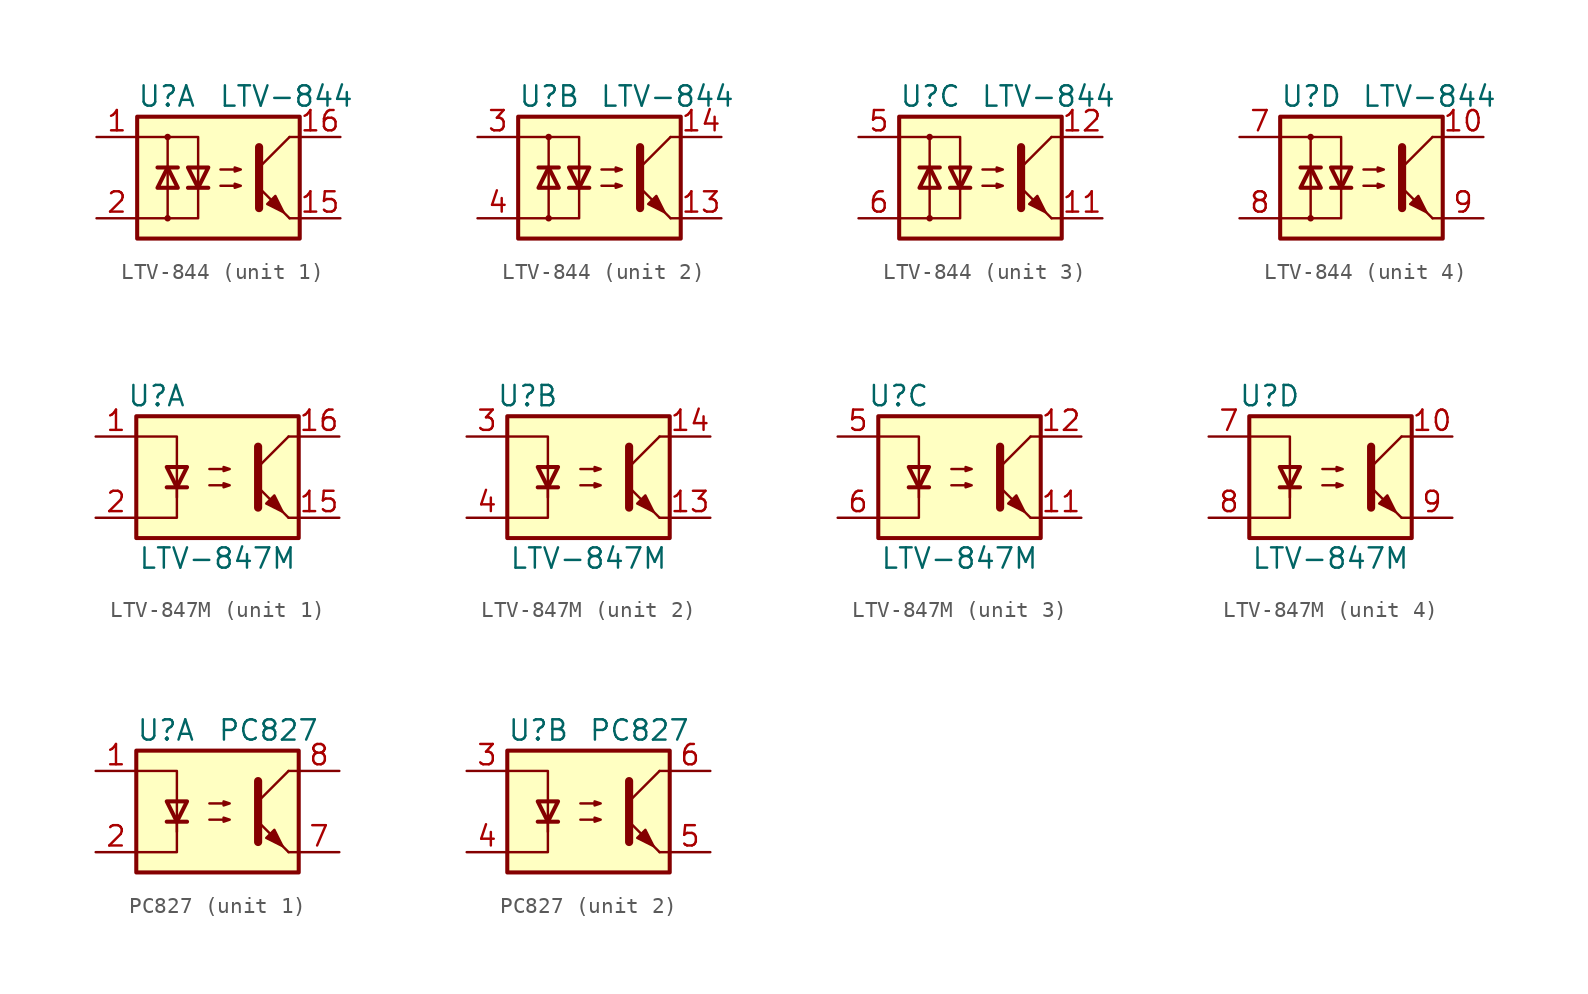
<source format=kicad_sym>
(kicad_symbol_lib
  (version 20201005)
  (generator kicad_symbol_editor)
  (symbol "Isolator_Optocoupler:LTV-844"
    (property "Reference" "U"
      (at -5.08 5.08 0)
      (effects (font (size 1.27 1.27)) (justify left)))
    (property "Value" "LTV-844"
      (at 0 5.08 0)
      (effects (font (size 1.27 1.27)) (justify left)))
    (symbol "LTV-844_0_1"
      (circle (center -3.175 -2.54) (radius 0.127) (stroke (width 0)) (fill (type none)))
      (circle (center -3.175 2.54) (radius 0.127) (stroke (width 0)) (fill (type none)))
      (rectangle (start -5.08 3.81) (end 5.08 -3.81) (stroke (width 0.254)) (fill (type background)))
      (polyline (pts (xy -3.81 0.635) (xy -2.54 0.635)) (stroke (width 0.254)) (fill (type none)))
      (polyline (pts (xy -3.175 0.635) (xy -3.175 -2.54)) (stroke (width 0)) (fill (type none)))
      (polyline (pts (xy -3.175 0.635) (xy -3.175 2.54)) (stroke (width 0)) (fill (type none)))
      (polyline (pts (xy -1.905 -0.635) (xy -0.635 -0.635)) (stroke (width 0.254)) (fill (type none)))
      (polyline (pts (xy 2.54 0.635) (xy 4.445 2.54)) (stroke (width 0)) (fill (type none)))
      (polyline (pts (xy 4.445 -2.54) (xy 5.08 -2.54)) (stroke (width 0)) (fill (type none)))
      (polyline (pts (xy 4.445 2.54) (xy 5.08 2.54)) (stroke (width 0)) (fill (type none)))
      (polyline (pts (xy -5.08 2.54) (xy -1.27 2.54) (xy -1.27 -0.635)) (stroke (width 0)) (fill (type none)))
      (polyline (pts (xy -1.27 -0.635) (xy -1.27 -2.54) (xy -5.08 -2.54)) (stroke (width 0)) (fill (type none)))
      (polyline (pts (xy 2.54 1.905) (xy 2.54 -1.905) (xy 2.54 -1.905)) (stroke (width 0.508)) (fill (type none)))
      (polyline (pts (xy -3.175 0.635) (xy -3.81 -0.635) (xy -2.54 -0.635) (xy -3.175 0.635)) (stroke (width 0.254)) (fill (type none)))
      (polyline (pts (xy -1.27 -0.635) (xy -1.905 0.635) (xy -0.635 0.635) (xy -1.27 -0.635)) (stroke (width 0.254)) (fill (type none)))
      (polyline (pts (xy 0.127 -0.508) (xy 1.397 -0.508) (xy 1.016 -0.635) (xy 1.016 -0.381) (xy 1.397 -0.508)) (stroke (width 0)) (fill (type none)))
      (polyline (pts (xy 0.127 0.508) (xy 1.397 0.508) (xy 1.016 0.381) (xy 1.016 0.635) (xy 1.397 0.508)) (stroke (width 0)) (fill (type none)))
      (polyline (pts (xy 4.445 -2.54) (xy 2.54 -0.635)) (stroke (width 0)) (fill (type outline)))
      (polyline (pts (xy 3.048 -1.651) (xy 3.556 -1.143) (xy 4.064 -2.159) (xy 3.048 -1.651) (xy 3.048 -1.651)) (stroke (width 0)) (fill (type outline))))
    (symbol "LTV-844_1_1"
      (pin passive line (at -7.62 2.54 0) (length 2.54) (name "~" (effects (font (size 1.27 1.27)))) (number "1" (effects (font (size 1.27 1.27)))))
      (pin passive line (at 7.62 -2.54 180) (length 2.54) (name "~" (effects (font (size 1.27 1.27)))) (number "15" (effects (font (size 1.27 1.27)))))
      (pin passive line (at 7.62 2.54 180) (length 2.54) (name "~" (effects (font (size 1.27 1.27)))) (number "16" (effects (font (size 1.27 1.27)))))
      (pin passive line (at -7.62 -2.54 0) (length 2.54) (name "~" (effects (font (size 1.27 1.27)))) (number "2" (effects (font (size 1.27 1.27))))))
    (symbol "LTV-844_2_1"
      (pin passive line (at 7.62 -2.54 180) (length 2.54) (name "~" (effects (font (size 1.27 1.27)))) (number "13" (effects (font (size 1.27 1.27)))))
      (pin passive line (at 7.62 2.54 180) (length 2.54) (name "~" (effects (font (size 1.27 1.27)))) (number "14" (effects (font (size 1.27 1.27)))))
      (pin passive line (at -7.62 2.54 0) (length 2.54) (name "~" (effects (font (size 1.27 1.27)))) (number "3" (effects (font (size 1.27 1.27)))))
      (pin passive line (at -7.62 -2.54 0) (length 2.54) (name "~" (effects (font (size 1.27 1.27)))) (number "4" (effects (font (size 1.27 1.27))))))
    (symbol "LTV-844_3_1"
      (pin passive line (at 7.62 -2.54 180) (length 2.54) (name "~" (effects (font (size 1.27 1.27)))) (number "11" (effects (font (size 1.27 1.27)))))
      (pin passive line (at 7.62 2.54 180) (length 2.54) (name "~" (effects (font (size 1.27 1.27)))) (number "12" (effects (font (size 1.27 1.27)))))
      (pin passive line (at -7.62 2.54 0) (length 2.54) (name "~" (effects (font (size 1.27 1.27)))) (number "5" (effects (font (size 1.27 1.27)))))
      (pin passive line (at -7.62 -2.54 0) (length 2.54) (name "~" (effects (font (size 1.27 1.27)))) (number "6" (effects (font (size 1.27 1.27))))))
    (symbol "LTV-844_4_1"
      (pin passive line (at 7.62 2.54 180) (length 2.54) (name "~" (effects (font (size 1.27 1.27)))) (number "10" (effects (font (size 1.27 1.27)))))
      (pin passive line (at -7.62 2.54 0) (length 2.54) (name "~" (effects (font (size 1.27 1.27)))) (number "7" (effects (font (size 1.27 1.27)))))
      (pin passive line (at -7.62 -2.54 0) (length 2.54) (name "~" (effects (font (size 1.27 1.27)))) (number "8" (effects (font (size 1.27 1.27)))))
      (pin passive line (at 7.62 -2.54 180) (length 2.54) (name "~" (effects (font (size 1.27 1.27)))) (number "9" (effects (font (size 1.27 1.27)))))))
  (symbol "Isolator_Optocoupler:LTV-847M"
    (pin_names
      (offset 1.016))
    (property "Reference" "U"
      (at -3.81 5.08 0)
      (effects (font (size 1.27 1.27))))
    (property "Value" "LTV-847M"
      (at 0 -5.08 0)
      (effects (font (size 1.27 1.27))))
    (symbol "LTV-847M_0_1"
      (rectangle (start -5.08 3.81) (end 5.08 -3.81) (stroke (width 0.254)) (fill (type background)))
      (polyline (pts (xy -3.175 -0.635) (xy -1.905 -0.635)) (stroke (width 0.254)) (fill (type none)))
      (polyline (pts (xy 2.54 0.635) (xy 4.445 2.54)) (stroke (width 0)) (fill (type none)))
      (polyline (pts (xy 4.445 -2.54) (xy 5.08 -2.54)) (stroke (width 0)) (fill (type none)))
      (polyline (pts (xy 4.445 2.54) (xy 5.08 2.54)) (stroke (width 0)) (fill (type none)))
      (polyline (pts (xy -2.54 -0.635) (xy -2.54 -2.54) (xy -5.08 -2.54)) (stroke (width 0)) (fill (type none)))
      (polyline (pts (xy 2.54 1.905) (xy 2.54 -1.905) (xy 2.54 -1.905)) (stroke (width 0.508)) (fill (type none)))
      (polyline (pts (xy -5.08 2.54) (xy -2.54 2.54) (xy -2.54 -1.27) (xy -2.54 0.635)) (stroke (width 0)) (fill (type none)))
      (polyline (pts (xy -2.54 -0.635) (xy -3.175 0.635) (xy -1.905 0.635) (xy -2.54 -0.635)) (stroke (width 0.254)) (fill (type none)))
      (polyline (pts (xy -0.508 -0.508) (xy 0.762 -0.508) (xy 0.381 -0.635) (xy 0.381 -0.381) (xy 0.762 -0.508)) (stroke (width 0)) (fill (type none)))
      (polyline (pts (xy -0.508 0.508) (xy 0.762 0.508) (xy 0.381 0.381) (xy 0.381 0.635) (xy 0.762 0.508)) (stroke (width 0)) (fill (type none)))
      (polyline (pts (xy 4.445 -2.54) (xy 2.54 -0.635)) (stroke (width 0)) (fill (type outline)))
      (polyline (pts (xy 3.048 -1.651) (xy 3.556 -1.143) (xy 4.064 -2.159) (xy 3.048 -1.651) (xy 3.048 -1.651)) (stroke (width 0)) (fill (type outline))))
    (symbol "LTV-847M_1_1"
      (pin passive line (at -7.62 2.54 0) (length 2.54) (name "~" (effects (font (size 1.27 1.27)))) (number "1" (effects (font (size 1.27 1.27)))))
      (pin passive line (at 7.62 -2.54 180) (length 2.54) (name "~" (effects (font (size 1.27 1.27)))) (number "15" (effects (font (size 1.27 1.27)))))
      (pin passive line (at 7.62 2.54 180) (length 2.54) (name "~" (effects (font (size 1.27 1.27)))) (number "16" (effects (font (size 1.27 1.27)))))
      (pin passive line (at -7.62 -2.54 0) (length 2.54) (name "~" (effects (font (size 1.27 1.27)))) (number "2" (effects (font (size 1.27 1.27))))))
    (symbol "LTV-847M_2_1"
      (pin passive line (at 7.62 -2.54 180) (length 2.54) (name "~" (effects (font (size 1.27 1.27)))) (number "13" (effects (font (size 1.27 1.27)))))
      (pin passive line (at 7.62 2.54 180) (length 2.54) (name "~" (effects (font (size 1.27 1.27)))) (number "14" (effects (font (size 1.27 1.27)))))
      (pin passive line (at -7.62 2.54 0) (length 2.54) (name "~" (effects (font (size 1.27 1.27)))) (number "3" (effects (font (size 1.27 1.27)))))
      (pin passive line (at -7.62 -2.54 0) (length 2.54) (name "~" (effects (font (size 1.27 1.27)))) (number "4" (effects (font (size 1.27 1.27))))))
    (symbol "LTV-847M_3_1"
      (pin passive line (at 7.62 -2.54 180) (length 2.54) (name "~" (effects (font (size 1.27 1.27)))) (number "11" (effects (font (size 1.27 1.27)))))
      (pin passive line (at 7.62 2.54 180) (length 2.54) (name "~" (effects (font (size 1.27 1.27)))) (number "12" (effects (font (size 1.27 1.27)))))
      (pin passive line (at -7.62 2.54 0) (length 2.54) (name "~" (effects (font (size 1.27 1.27)))) (number "5" (effects (font (size 1.27 1.27)))))
      (pin passive line (at -7.62 -2.54 0) (length 2.54) (name "~" (effects (font (size 1.27 1.27)))) (number "6" (effects (font (size 1.27 1.27))))))
    (symbol "LTV-847M_4_1"
      (pin passive line (at 7.62 2.54 180) (length 2.54) (name "~" (effects (font (size 1.27 1.27)))) (number "10" (effects (font (size 1.27 1.27)))))
      (pin passive line (at -7.62 2.54 0) (length 2.54) (name "~" (effects (font (size 1.27 1.27)))) (number "7" (effects (font (size 1.27 1.27)))))
      (pin passive line (at -7.62 -2.54 0) (length 2.54) (name "~" (effects (font (size 1.27 1.27)))) (number "8" (effects (font (size 1.27 1.27)))))
      (pin passive line (at 7.62 -2.54 180) (length 2.54) (name "~" (effects (font (size 1.27 1.27)))) (number "9" (effects (font (size 1.27 1.27)))))))
  (symbol "Isolator_Optocoupler:PC827"
    (pin_names
      (offset 1.016))
    (property "Reference" "U"
      (at -5.08 5.08 0)
      (effects (font (size 1.27 1.27)) (justify left)))
    (property "Value" "PC827"
      (at 0 5.08 0)
      (effects (font (size 1.27 1.27)) (justify left)))
    (symbol "PC827_0_1"
      (rectangle (start -5.08 3.81) (end 5.08 -3.81) (stroke (width 0.254)) (fill (type background)))
      (polyline (pts (xy -3.175 -0.635) (xy -1.905 -0.635)) (stroke (width 0.254)) (fill (type none)))
      (polyline (pts (xy 2.54 0.635) (xy 4.445 2.54)) (stroke (width 0)) (fill (type none)))
      (polyline (pts (xy 4.445 -2.54) (xy 5.08 -2.54)) (stroke (width 0)) (fill (type none)))
      (polyline (pts (xy 4.445 2.54) (xy 5.08 2.54)) (stroke (width 0)) (fill (type none)))
      (polyline (pts (xy -2.54 -0.635) (xy -2.54 -2.54) (xy -5.08 -2.54)) (stroke (width 0)) (fill (type none)))
      (polyline (pts (xy 2.54 1.905) (xy 2.54 -1.905) (xy 2.54 -1.905)) (stroke (width 0.508)) (fill (type none)))
      (polyline (pts (xy -5.08 2.54) (xy -2.54 2.54) (xy -2.54 -1.27) (xy -2.54 0.635)) (stroke (width 0)) (fill (type none)))
      (polyline (pts (xy -2.54 -0.635) (xy -3.175 0.635) (xy -1.905 0.635) (xy -2.54 -0.635)) (stroke (width 0.254)) (fill (type none)))
      (polyline (pts (xy -0.508 -0.508) (xy 0.762 -0.508) (xy 0.381 -0.635) (xy 0.381 -0.381) (xy 0.762 -0.508)) (stroke (width 0)) (fill (type none)))
      (polyline (pts (xy -0.508 0.508) (xy 0.762 0.508) (xy 0.381 0.381) (xy 0.381 0.635) (xy 0.762 0.508)) (stroke (width 0)) (fill (type none)))
      (polyline (pts (xy 4.445 -2.54) (xy 2.54 -0.635)) (stroke (width 0)) (fill (type outline)))
      (polyline (pts (xy 3.048 -1.651) (xy 3.556 -1.143) (xy 4.064 -2.159) (xy 3.048 -1.651) (xy 3.048 -1.651)) (stroke (width 0)) (fill (type outline))))
    (symbol "PC827_1_1"
      (pin passive line (at -7.62 2.54 0) (length 2.54) (name "~" (effects (font (size 1.27 1.27)))) (number "1" (effects (font (size 1.27 1.27)))))
      (pin passive line (at -7.62 -2.54 0) (length 2.54) (name "~" (effects (font (size 1.27 1.27)))) (number "2" (effects (font (size 1.27 1.27)))))
      (pin passive line (at 7.62 -2.54 180) (length 2.54) (name "~" (effects (font (size 1.27 1.27)))) (number "7" (effects (font (size 1.27 1.27)))))
      (pin passive line (at 7.62 2.54 180) (length 2.54) (name "~" (effects (font (size 1.27 1.27)))) (number "8" (effects (font (size 1.27 1.27))))))
    (symbol "PC827_2_1"
      (pin passive line (at -7.62 2.54 0) (length 2.54) (name "~" (effects (font (size 1.27 1.27)))) (number "3" (effects (font (size 1.27 1.27)))))
      (pin passive line (at -7.62 -2.54 0) (length 2.54) (name "~" (effects (font (size 1.27 1.27)))) (number "4" (effects (font (size 1.27 1.27)))))
      (pin passive line (at 7.62 -2.54 180) (length 2.54) (name "~" (effects (font (size 1.27 1.27)))) (number "5" (effects (font (size 1.27 1.27)))))
      (pin passive line (at 7.62 2.54 180) (length 2.54) (name "~" (effects (font (size 1.27 1.27)))) (number "6" (effects (font (size 1.27 1.27))))))))
</source>
